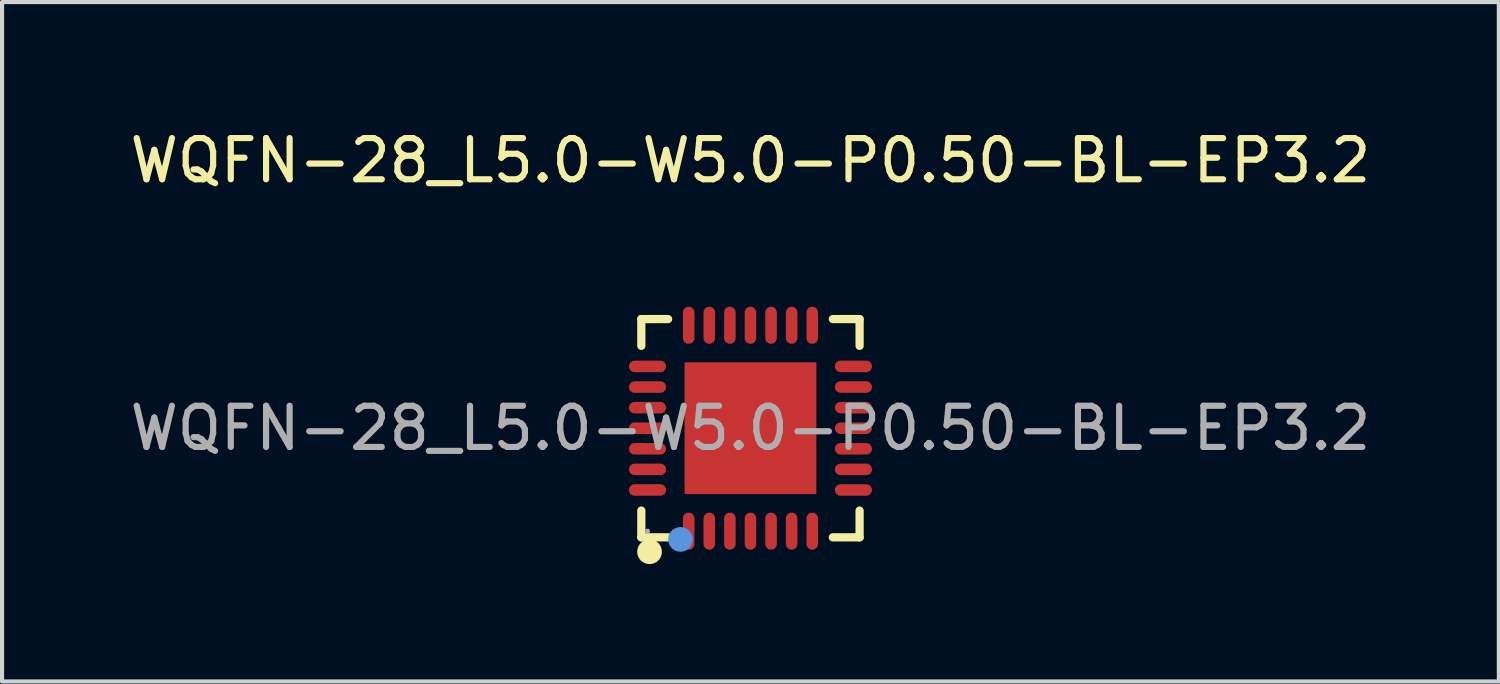
<source format=kicad_pcb>
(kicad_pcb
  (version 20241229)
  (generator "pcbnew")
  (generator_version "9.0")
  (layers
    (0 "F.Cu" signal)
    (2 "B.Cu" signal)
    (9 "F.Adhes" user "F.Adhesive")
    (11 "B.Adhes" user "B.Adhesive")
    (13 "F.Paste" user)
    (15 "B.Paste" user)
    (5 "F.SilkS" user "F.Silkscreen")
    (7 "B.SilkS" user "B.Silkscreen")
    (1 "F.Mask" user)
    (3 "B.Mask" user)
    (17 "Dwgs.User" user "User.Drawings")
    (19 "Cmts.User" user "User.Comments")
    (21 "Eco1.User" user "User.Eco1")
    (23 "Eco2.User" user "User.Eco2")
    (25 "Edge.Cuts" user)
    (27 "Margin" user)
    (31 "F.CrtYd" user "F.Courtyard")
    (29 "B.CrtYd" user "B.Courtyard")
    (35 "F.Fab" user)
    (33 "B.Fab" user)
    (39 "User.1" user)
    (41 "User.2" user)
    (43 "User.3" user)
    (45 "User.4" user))
  (footprint "WQFN-28_L5.0-W5.0-P0.50-BL-EP3.2"
    (layer "F.Cu")
    (at 15.173 7.348)
    (property "Reference" "WQFN-28_L5.0-W5.0-P0.50-BL-EP3.2" (at 0 -6.5 0) (layer "F.SilkS") (effects (font (size 1 1) (thickness 0.15))))
    (attr smd)
    (fp_line (start -2.65 -2.65) (end -2.65 -2) (stroke (width 0.2) (type solid)) (layer "F.SilkS"))
    (fp_line (start -2.65 2.65) (end -2.65 2) (stroke (width 0.2) (type solid)) (layer "F.SilkS"))
    (fp_line (start -2 -2.65) (end -2.65 -2.65) (stroke (width 0.2) (type solid)) (layer "F.SilkS"))
    (fp_line (start -2 2.65) (end -2.65 2.65) (stroke (width 0.2) (type solid)) (layer "F.SilkS"))
    (fp_line (start 2 2.65) (end 2.65 2.65) (stroke (width 0.2) (type solid)) (layer "F.SilkS"))
    (fp_line (start 2.65 -2.65) (end 2 -2.65) (stroke (width 0.2) (type solid)) (layer "F.SilkS"))
    (fp_line (start 2.65 -2) (end 2.65 -2.65) (stroke (width 0.2) (type solid)) (layer "F.SilkS"))
    (fp_line (start 2.65 2.65) (end 2.65 2) (stroke (width 0.2) (type solid)) (layer "F.SilkS"))
    (fp_arc (start -2.45 3) (mid -2.45 3) (end -2.45 3) (stroke (width 0.3) (type solid)) (layer "F.SilkS"))
    (fp_circle (center -1.7 2.7) (end -1.55 2.7) (stroke (width 0.3) (type solid)) (fill no) (layer "Cmts.User"))
    (fp_circle (center -2.5 2.5) (end -2.47 2.5) (stroke (width 0.06) (type solid)) (fill no) (layer "F.Fab"))
    (fp_text user "${REFERENCE}" (at 0 0 0) (layer "F.Fab") (effects (font (size 1 1) (thickness 0.15))))
    (pad "1" smd oval (at -1.5 2.5 180) (size 0.28 0.9) (layers "F.Cu" "F.Mask" "F.Paste"))
    (pad "2" smd oval (at -1 2.5 180) (size 0.28 0.9) (layers "F.Cu" "F.Mask" "F.Paste"))
    (pad "3" smd oval (at -0.5 2.5 180) (size 0.28 0.9) (layers "F.Cu" "F.Mask" "F.Paste"))
    (pad "4" smd oval (at 0 2.5 180) (size 0.28 0.9) (layers "F.Cu" "F.Mask" "F.Paste"))
    (pad "5" smd oval (at 0.5 2.5 180) (size 0.28 0.9) (layers "F.Cu" "F.Mask" "F.Paste"))
    (pad "6" smd oval (at 1 2.5 180) (size 0.28 0.9) (layers "F.Cu" "F.Mask" "F.Paste"))
    (pad "7" smd oval (at 1.5 2.5 180) (size 0.28 0.9) (layers "F.Cu" "F.Mask" "F.Paste"))
    (pad "8" smd oval (at 2.5 1.5 90) (size 0.28 0.9) (layers "F.Cu" "F.Mask" "F.Paste"))
    (pad "9" smd oval (at 2.5 1 90) (size 0.28 0.9) (layers "F.Cu" "F.Mask" "F.Paste"))
    (pad "10" smd oval (at 2.5 0.5 90) (size 0.28 0.9) (layers "F.Cu" "F.Mask" "F.Paste"))
    (pad "11" smd oval (at 2.5 0 90) (size 0.28 0.9) (layers "F.Cu" "F.Mask" "F.Paste"))
    (pad "12" smd oval (at 2.5 -0.5 90) (size 0.28 0.9) (layers "F.Cu" "F.Mask" "F.Paste"))
    (pad "13" smd oval (at 2.5 -1 90) (size 0.28 0.9) (layers "F.Cu" "F.Mask" "F.Paste"))
    (pad "14" smd oval (at 2.5 -1.5 90) (size 0.28 0.9) (layers "F.Cu" "F.Mask" "F.Paste"))
    (pad "15" smd oval (at 1.5 -2.5 180) (size 0.28 0.9) (layers "F.Cu" "F.Mask" "F.Paste"))
    (pad "16" smd oval (at 1 -2.5 180) (size 0.28 0.9) (layers "F.Cu" "F.Mask" "F.Paste"))
    (pad "17" smd oval (at 0.5 -2.5 180) (size 0.28 0.9) (layers "F.Cu" "F.Mask" "F.Paste"))
    (pad "18" smd oval (at 0 -2.5 180) (size 0.28 0.9) (layers "F.Cu" "F.Mask" "F.Paste"))
    (pad "19" smd oval (at -0.5 -2.5 180) (size 0.28 0.9) (layers "F.Cu" "F.Mask" "F.Paste"))
    (pad "20" smd oval (at -1 -2.5 180) (size 0.28 0.9) (layers "F.Cu" "F.Mask" "F.Paste"))
    (pad "21" smd oval (at -1.5 -2.5 180) (size 0.28 0.9) (layers "F.Cu" "F.Mask" "F.Paste"))
    (pad "22" smd oval (at -2.5 -1.5 90) (size 0.28 0.9) (layers "F.Cu" "F.Mask" "F.Paste"))
    (pad "23" smd oval (at -2.5 -1 90) (size 0.28 0.9) (layers "F.Cu" "F.Mask" "F.Paste"))
    (pad "24" smd oval (at -2.5 -0.5 90) (size 0.28 0.9) (layers "F.Cu" "F.Mask" "F.Paste"))
    (pad "25" smd oval (at -2.5 0 90) (size 0.28 0.9) (layers "F.Cu" "F.Mask" "F.Paste"))
    (pad "26" smd oval (at -2.5 0.5 90) (size 0.28 0.9) (layers "F.Cu" "F.Mask" "F.Paste"))
    (pad "27" smd oval (at -2.5 1 90) (size 0.28 0.9) (layers "F.Cu" "F.Mask" "F.Paste"))
    (pad "28" smd oval (at -2.5 1.5 90) (size 0.28 0.9) (layers "F.Cu" "F.Mask" "F.Paste"))
    (pad "29" smd rect (at 0 0 90) (size 3.2 3.2) (layers "F.Cu" "F.Mask" "F.Paste")))
  (gr_rect
    (start -3 -3)
    (end 33.345 13.498)
    (stroke (width 0.1) (type default))
    (fill no)
    (layer "Edge.Cuts")))
</source>
